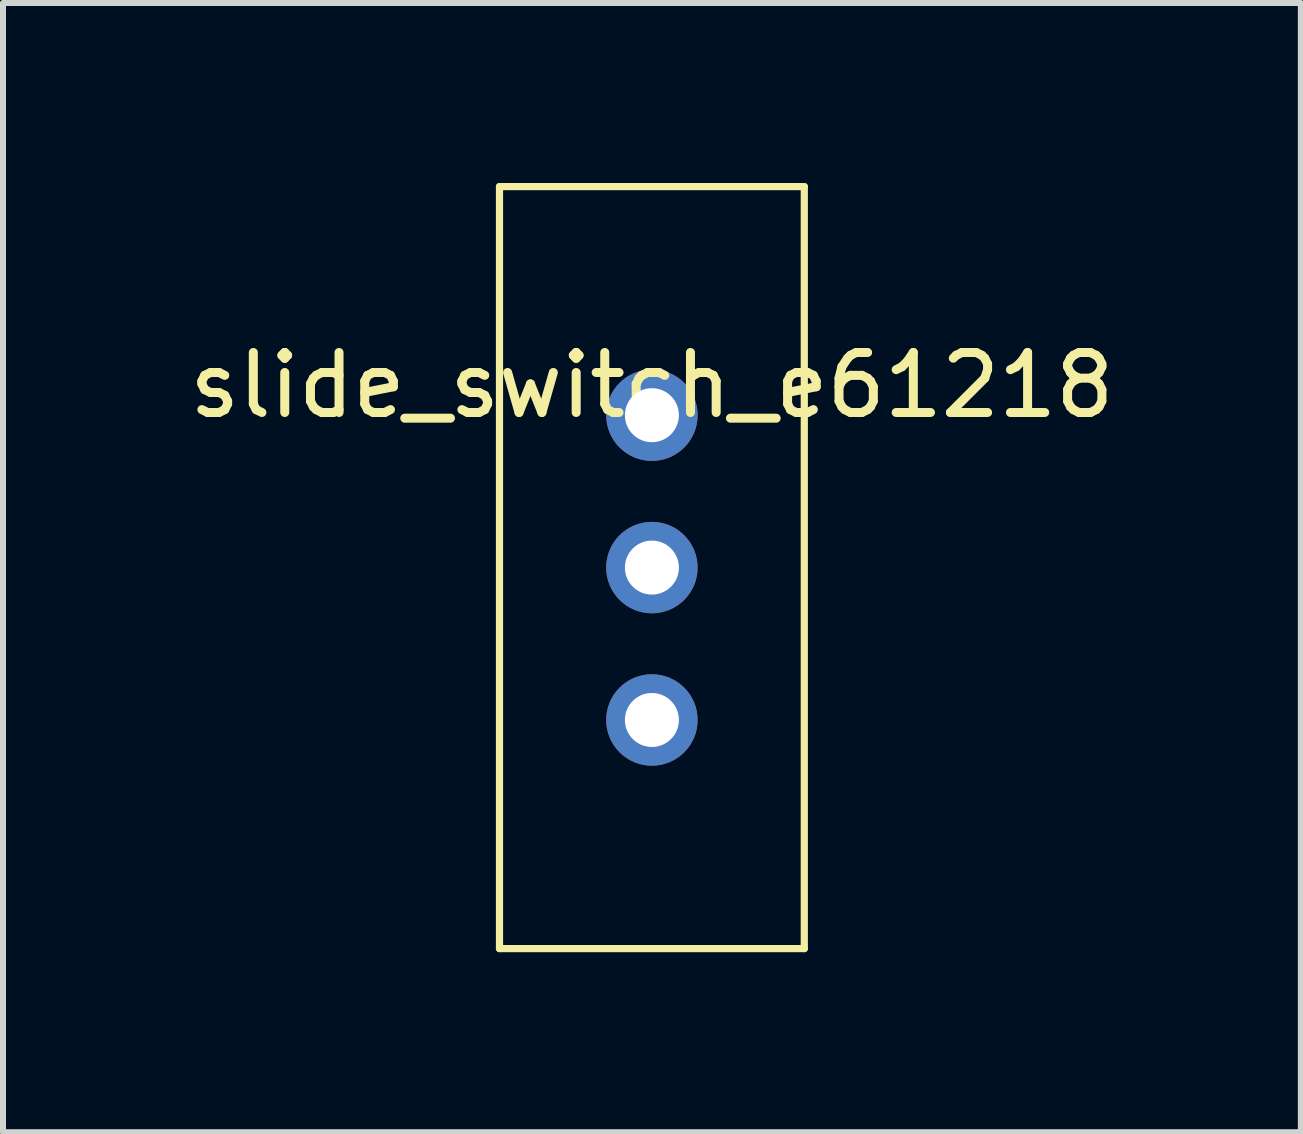
<source format=kicad_pcb>
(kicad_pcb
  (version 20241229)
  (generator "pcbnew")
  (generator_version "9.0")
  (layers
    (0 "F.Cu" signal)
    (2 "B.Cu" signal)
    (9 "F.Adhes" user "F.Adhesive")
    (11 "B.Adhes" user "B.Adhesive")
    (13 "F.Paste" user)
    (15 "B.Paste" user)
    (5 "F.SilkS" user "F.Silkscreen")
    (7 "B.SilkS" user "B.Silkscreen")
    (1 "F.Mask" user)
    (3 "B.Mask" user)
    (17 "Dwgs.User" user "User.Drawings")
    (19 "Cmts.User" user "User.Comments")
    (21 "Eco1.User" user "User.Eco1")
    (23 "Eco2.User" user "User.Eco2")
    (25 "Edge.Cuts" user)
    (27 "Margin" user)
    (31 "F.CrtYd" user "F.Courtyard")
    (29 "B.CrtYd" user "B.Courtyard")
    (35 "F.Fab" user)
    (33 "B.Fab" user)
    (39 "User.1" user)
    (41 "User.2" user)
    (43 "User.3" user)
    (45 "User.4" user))
  (footprint "slide_switch_e61218"
    (layer "F.Cu")
    (at 7.815 3.87)
    (property "Reference" "slide_switch_e61218" (at 0 -0.5 0) (unlocked yes) (layer "F.SilkS") (effects (font (size 1 1) (thickness 0.15))))
    (attr through_hole)
    (fp_line (start -2.54 -3.81) (end -2.54 8.89) (stroke (width 0.12) (type solid)) (layer "F.SilkS"))
    (fp_line (start -2.54 8.89) (end 2.54 8.89) (stroke (width 0.12) (type solid)) (layer "F.SilkS"))
    (fp_line (start 2.54 -3.81) (end -2.54 -3.81) (stroke (width 0.12) (type solid)) (layer "F.SilkS"))
    (fp_line (start 2.54 8.89) (end 2.54 -3.81) (stroke (width 0.12) (type solid)) (layer "F.SilkS"))
    (pad "1" thru_hole circle (at 0 0) (size 1.524 1.524) (drill 0.9) (layers "*.Cu" "*.Mask"))
    (pad "2" thru_hole circle (at 0 2.54) (size 1.524 1.524) (drill 0.9) (layers "*.Cu" "*.Mask"))
    (pad "3" thru_hole circle (at 0 5.08) (size 1.524 1.524) (drill 0.9) (layers "*.Cu" "*.Mask")))
  (gr_rect
    (start -3 -3)
    (end 18.631 15.82)
    (stroke (width 0.1) (type default))
    (fill no)
    (layer "Edge.Cuts")))
</source>
